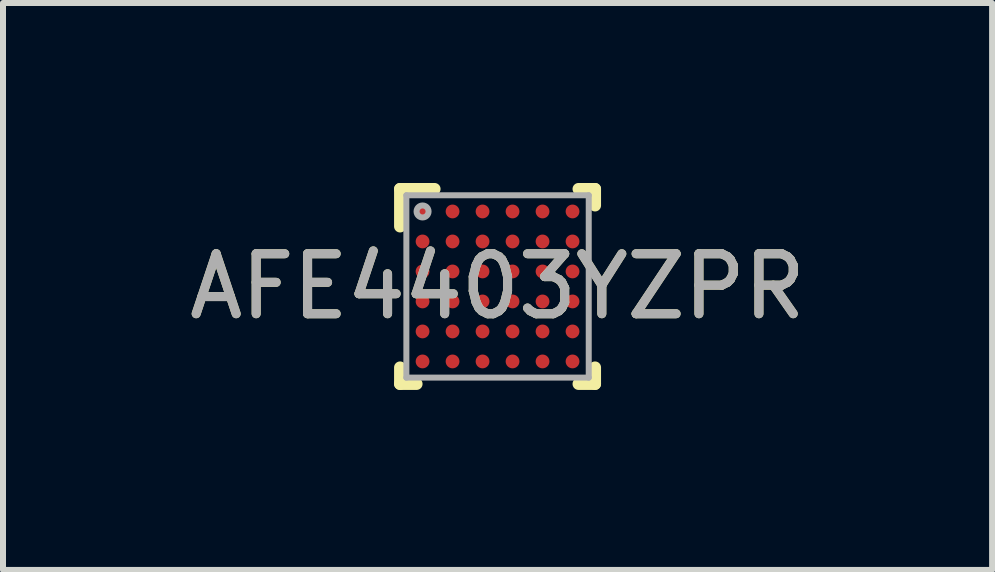
<source format=kicad_pcb>
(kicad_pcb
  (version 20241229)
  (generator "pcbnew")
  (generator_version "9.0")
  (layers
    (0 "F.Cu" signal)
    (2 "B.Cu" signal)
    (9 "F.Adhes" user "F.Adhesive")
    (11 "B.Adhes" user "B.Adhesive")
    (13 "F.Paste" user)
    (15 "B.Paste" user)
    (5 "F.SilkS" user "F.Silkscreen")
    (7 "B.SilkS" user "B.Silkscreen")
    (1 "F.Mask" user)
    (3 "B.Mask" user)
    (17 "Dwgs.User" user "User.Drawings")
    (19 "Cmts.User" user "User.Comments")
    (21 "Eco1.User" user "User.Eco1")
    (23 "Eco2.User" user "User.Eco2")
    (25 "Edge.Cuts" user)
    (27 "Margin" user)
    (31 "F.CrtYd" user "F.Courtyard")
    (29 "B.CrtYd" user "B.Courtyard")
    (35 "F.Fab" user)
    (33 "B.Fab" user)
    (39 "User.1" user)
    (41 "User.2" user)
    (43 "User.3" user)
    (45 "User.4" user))
  (footprint "AFE4403YZPR"
    (layer "F.Cu")
    (at 5.244 1.725)
    (property "Reference" "AFE4403YZPR" (at 0 0 0) (unlocked yes) (layer "F.SilkS") (effects (font (size 1 1) (thickness 0.15))))
    (attr smd)
    (fp_line (start -1.625 -1.625) (end -1.05 -1.625) (stroke (width 0.2) (type solid)) (layer "F.SilkS"))
    (fp_line (start -1.625 -1) (end -1.625 -1.625) (stroke (width 0.2) (type solid)) (layer "F.SilkS"))
    (fp_line (start -1.625 1.625) (end -1.625 1.35) (stroke (width 0.2) (type solid)) (layer "F.SilkS"))
    (fp_line (start -1.625 1.625) (end -1.35 1.625) (stroke (width 0.2) (type solid)) (layer "F.SilkS"))
    (fp_line (start 1.35 -1.625) (end 1.625 -1.625) (stroke (width 0.2) (type solid)) (layer "F.SilkS"))
    (fp_line (start 1.35 1.625) (end 1.625 1.625) (stroke (width 0.2) (type solid)) (layer "F.SilkS"))
    (fp_line (start 1.625 -1.35) (end 1.625 -1.625) (stroke (width 0.2) (type solid)) (layer "F.SilkS"))
    (fp_line (start 1.625 1.625) (end 1.625 1.35) (stroke (width 0.2) (type solid)) (layer "F.SilkS"))
    (fp_circle (center -1.325 -1.325) (end -1.3 -1.325) (stroke (width 0.05) (type solid)) (fill no) (layer "F.Paste"))
    (fp_circle (center -1.325 -1.175) (end -1.3 -1.175) (stroke (width 0.05) (type solid)) (fill no) (layer "F.Paste"))
    (fp_circle (center -1.325 -0.825) (end -1.3 -0.825) (stroke (width 0.05) (type solid)) (fill no) (layer "F.Paste"))
    (fp_circle (center -1.325 -0.675) (end -1.3 -0.675) (stroke (width 0.05) (type solid)) (fill no) (layer "F.Paste"))
    (fp_circle (center -1.325 -0.325) (end -1.3 -0.325) (stroke (width 0.05) (type solid)) (fill no) (layer "F.Paste"))
    (fp_circle (center -1.325 -0.175) (end -1.3 -0.175) (stroke (width 0.05) (type solid)) (fill no) (layer "F.Paste"))
    (fp_circle (center -1.325 0.175) (end -1.3 0.175) (stroke (width 0.05) (type solid)) (fill no) (layer "F.Paste"))
    (fp_circle (center -1.325 0.325) (end -1.3 0.325) (stroke (width 0.05) (type solid)) (fill no) (layer "F.Paste"))
    (fp_circle (center -1.325 0.675) (end -1.3 0.675) (stroke (width 0.05) (type solid)) (fill no) (layer "F.Paste"))
    (fp_circle (center -1.325 0.825) (end -1.3 0.825) (stroke (width 0.05) (type solid)) (fill no) (layer "F.Paste"))
    (fp_circle (center -1.325 1.175) (end -1.3 1.175) (stroke (width 0.05) (type solid)) (fill no) (layer "F.Paste"))
    (fp_circle (center -1.325 1.325) (end -1.3 1.325) (stroke (width 0.05) (type solid)) (fill no) (layer "F.Paste"))
    (fp_circle (center -1.175 -1.325) (end -1.15 -1.325) (stroke (width 0.05) (type solid)) (fill no) (layer "F.Paste"))
    (fp_circle (center -1.175 -1.175) (end -1.15 -1.175) (stroke (width 0.05) (type solid)) (fill no) (layer "F.Paste"))
    (fp_circle (center -1.175 -0.825) (end -1.15 -0.825) (stroke (width 0.05) (type solid)) (fill no) (layer "F.Paste"))
    (fp_circle (center -1.175 -0.675) (end -1.15 -0.675) (stroke (width 0.05) (type solid)) (fill no) (layer "F.Paste"))
    (fp_circle (center -1.175 -0.325) (end -1.15 -0.325) (stroke (width 0.05) (type solid)) (fill no) (layer "F.Paste"))
    (fp_circle (center -1.175 -0.175) (end -1.15 -0.175) (stroke (width 0.05) (type solid)) (fill no) (layer "F.Paste"))
    (fp_circle (center -1.175 0.175) (end -1.15 0.175) (stroke (width 0.05) (type solid)) (fill no) (layer "F.Paste"))
    (fp_circle (center -1.175 0.325) (end -1.15 0.325) (stroke (width 0.05) (type solid)) (fill no) (layer "F.Paste"))
    (fp_circle (center -1.175 0.675) (end -1.15 0.675) (stroke (width 0.05) (type solid)) (fill no) (layer "F.Paste"))
    (fp_circle (center -1.175 0.825) (end -1.15 0.825) (stroke (width 0.05) (type solid)) (fill no) (layer "F.Paste"))
    (fp_circle (center -1.175 1.175) (end -1.15 1.175) (stroke (width 0.05) (type solid)) (fill no) (layer "F.Paste"))
    (fp_circle (center -1.175 1.325) (end -1.15 1.325) (stroke (width 0.05) (type solid)) (fill no) (layer "F.Paste"))
    (fp_circle (center -0.825 -1.325) (end -0.8 -1.325) (stroke (width 0.05) (type solid)) (fill no) (layer "F.Paste"))
    (fp_circle (center -0.825 -1.175) (end -0.8 -1.175) (stroke (width 0.05) (type solid)) (fill no) (layer "F.Paste"))
    (fp_circle (center -0.825 -0.825) (end -0.8 -0.825) (stroke (width 0.05) (type solid)) (fill no) (layer "F.Paste"))
    (fp_circle (center -0.825 -0.675) (end -0.8 -0.675) (stroke (width 0.05) (type solid)) (fill no) (layer "F.Paste"))
    (fp_circle (center -0.825 -0.325) (end -0.8 -0.325) (stroke (width 0.05) (type solid)) (fill no) (layer "F.Paste"))
    (fp_circle (center -0.825 -0.175) (end -0.8 -0.175) (stroke (width 0.05) (type solid)) (fill no) (layer "F.Paste"))
    (fp_circle (center -0.825 0.175) (end -0.8 0.175) (stroke (width 0.05) (type solid)) (fill no) (layer "F.Paste"))
    (fp_circle (center -0.825 0.325) (end -0.8 0.325) (stroke (width 0.05) (type solid)) (fill no) (layer "F.Paste"))
    (fp_circle (center -0.825 0.675) (end -0.8 0.675) (stroke (width 0.05) (type solid)) (fill no) (layer "F.Paste"))
    (fp_circle (center -0.825 0.825) (end -0.8 0.825) (stroke (width 0.05) (type solid)) (fill no) (layer "F.Paste"))
    (fp_circle (center -0.825 1.175) (end -0.8 1.175) (stroke (width 0.05) (type solid)) (fill no) (layer "F.Paste"))
    (fp_circle (center -0.825 1.325) (end -0.8 1.325) (stroke (width 0.05) (type solid)) (fill no) (layer "F.Paste"))
    (fp_circle (center -0.675 -1.325) (end -0.65 -1.325) (stroke (width 0.05) (type solid)) (fill no) (layer "F.Paste"))
    (fp_circle (center -0.675 -1.175) (end -0.65 -1.175) (stroke (width 0.05) (type solid)) (fill no) (layer "F.Paste"))
    (fp_circle (center -0.675 -0.825) (end -0.65 -0.825) (stroke (width 0.05) (type solid)) (fill no) (layer "F.Paste"))
    (fp_circle (center -0.675 -0.675) (end -0.65 -0.675) (stroke (width 0.05) (type solid)) (fill no) (layer "F.Paste"))
    (fp_circle (center -0.675 -0.325) (end -0.65 -0.325) (stroke (width 0.05) (type solid)) (fill no) (layer "F.Paste"))
    (fp_circle (center -0.675 -0.175) (end -0.65 -0.175) (stroke (width 0.05) (type solid)) (fill no) (layer "F.Paste"))
    (fp_circle (center -0.675 0.175) (end -0.65 0.175) (stroke (width 0.05) (type solid)) (fill no) (layer "F.Paste"))
    (fp_circle (center -0.675 0.325) (end -0.65 0.325) (stroke (width 0.05) (type solid)) (fill no) (layer "F.Paste"))
    (fp_circle (center -0.675 0.675) (end -0.65 0.675) (stroke (width 0.05) (type solid)) (fill no) (layer "F.Paste"))
    (fp_circle (center -0.675 0.825) (end -0.65 0.825) (stroke (width 0.05) (type solid)) (fill no) (layer "F.Paste"))
    (fp_circle (center -0.675 1.175) (end -0.65 1.175) (stroke (width 0.05) (type solid)) (fill no) (layer "F.Paste"))
    (fp_circle (center -0.675 1.325) (end -0.65 1.325) (stroke (width 0.05) (type solid)) (fill no) (layer "F.Paste"))
    (fp_circle (center -0.325 -1.325) (end -0.3 -1.325) (stroke (width 0.05) (type solid)) (fill no) (layer "F.Paste"))
    (fp_circle (center -0.325 -1.175) (end -0.3 -1.175) (stroke (width 0.05) (type solid)) (fill no) (layer "F.Paste"))
    (fp_circle (center -0.325 -0.825) (end -0.3 -0.825) (stroke (width 0.05) (type solid)) (fill no) (layer "F.Paste"))
    (fp_circle (center -0.325 -0.675) (end -0.3 -0.675) (stroke (width 0.05) (type solid)) (fill no) (layer "F.Paste"))
    (fp_circle (center -0.325 -0.325) (end -0.3 -0.325) (stroke (width 0.05) (type solid)) (fill no) (layer "F.Paste"))
    (fp_circle (center -0.325 -0.175) (end -0.3 -0.175) (stroke (width 0.05) (type solid)) (fill no) (layer "F.Paste"))
    (fp_circle (center -0.325 0.175) (end -0.3 0.175) (stroke (width 0.05) (type solid)) (fill no) (layer "F.Paste"))
    (fp_circle (center -0.325 0.325) (end -0.3 0.325) (stroke (width 0.05) (type solid)) (fill no) (layer "F.Paste"))
    (fp_circle (center -0.325 0.675) (end -0.3 0.675) (stroke (width 0.05) (type solid)) (fill no) (layer "F.Paste"))
    (fp_circle (center -0.325 0.825) (end -0.3 0.825) (stroke (width 0.05) (type solid)) (fill no) (layer "F.Paste"))
    (fp_circle (center -0.325 1.175) (end -0.3 1.175) (stroke (width 0.05) (type solid)) (fill no) (layer "F.Paste"))
    (fp_circle (center -0.325 1.325) (end -0.3 1.325) (stroke (width 0.05) (type solid)) (fill no) (layer "F.Paste"))
    (fp_circle (center -0.175 -1.325) (end -0.15 -1.325) (stroke (width 0.05) (type solid)) (fill no) (layer "F.Paste"))
    (fp_circle (center -0.175 -1.175) (end -0.15 -1.175) (stroke (width 0.05) (type solid)) (fill no) (layer "F.Paste"))
    (fp_circle (center -0.175 -0.825) (end -0.15 -0.825) (stroke (width 0.05) (type solid)) (fill no) (layer "F.Paste"))
    (fp_circle (center -0.175 -0.675) (end -0.15 -0.675) (stroke (width 0.05) (type solid)) (fill no) (layer "F.Paste"))
    (fp_circle (center -0.175 -0.325) (end -0.15 -0.325) (stroke (width 0.05) (type solid)) (fill no) (layer "F.Paste"))
    (fp_circle (center -0.175 -0.175) (end -0.15 -0.175) (stroke (width 0.05) (type solid)) (fill no) (layer "F.Paste"))
    (fp_circle (center -0.175 0.175) (end -0.15 0.175) (stroke (width 0.05) (type solid)) (fill no) (layer "F.Paste"))
    (fp_circle (center -0.175 0.325) (end -0.15 0.325) (stroke (width 0.05) (type solid)) (fill no) (layer "F.Paste"))
    (fp_circle (center -0.175 0.675) (end -0.15 0.675) (stroke (width 0.05) (type solid)) (fill no) (layer "F.Paste"))
    (fp_circle (center -0.175 0.825) (end -0.15 0.825) (stroke (width 0.05) (type solid)) (fill no) (layer "F.Paste"))
    (fp_circle (center -0.175 1.175) (end -0.15 1.175) (stroke (width 0.05) (type solid)) (fill no) (layer "F.Paste"))
    (fp_circle (center -0.175 1.325) (end -0.15 1.325) (stroke (width 0.05) (type solid)) (fill no) (layer "F.Paste"))
    (fp_circle (center 0.175 -1.325) (end 0.2 -1.325) (stroke (width 0.05) (type solid)) (fill no) (layer "F.Paste"))
    (fp_circle (center 0.175 -1.175) (end 0.2 -1.175) (stroke (width 0.05) (type solid)) (fill no) (layer "F.Paste"))
    (fp_circle (center 0.175 -0.825) (end 0.2 -0.825) (stroke (width 0.05) (type solid)) (fill no) (layer "F.Paste"))
    (fp_circle (center 0.175 -0.675) (end 0.2 -0.675) (stroke (width 0.05) (type solid)) (fill no) (layer "F.Paste"))
    (fp_circle (center 0.175 -0.325) (end 0.2 -0.325) (stroke (width 0.05) (type solid)) (fill no) (layer "F.Paste"))
    (fp_circle (center 0.175 -0.175) (end 0.2 -0.175) (stroke (width 0.05) (type solid)) (fill no) (layer "F.Paste"))
    (fp_circle (center 0.175 0.175) (end 0.2 0.175) (stroke (width 0.05) (type solid)) (fill no) (layer "F.Paste"))
    (fp_circle (center 0.175 0.325) (end 0.2 0.325) (stroke (width 0.05) (type solid)) (fill no) (layer "F.Paste"))
    (fp_circle (center 0.175 0.675) (end 0.2 0.675) (stroke (width 0.05) (type solid)) (fill no) (layer "F.Paste"))
    (fp_circle (center 0.175 0.825) (end 0.2 0.825) (stroke (width 0.05) (type solid)) (fill no) (layer "F.Paste"))
    (fp_circle (center 0.175 1.175) (end 0.2 1.175) (stroke (width 0.05) (type solid)) (fill no) (layer "F.Paste"))
    (fp_circle (center 0.175 1.325) (end 0.2 1.325) (stroke (width 0.05) (type solid)) (fill no) (layer "F.Paste"))
    (fp_circle (center 0.325 -1.325) (end 0.35 -1.325) (stroke (width 0.05) (type solid)) (fill no) (layer "F.Paste"))
    (fp_circle (center 0.325 -1.175) (end 0.35 -1.175) (stroke (width 0.05) (type solid)) (fill no) (layer "F.Paste"))
    (fp_circle (center 0.325 -0.825) (end 0.35 -0.825) (stroke (width 0.05) (type solid)) (fill no) (layer "F.Paste"))
    (fp_circle (center 0.325 -0.675) (end 0.35 -0.675) (stroke (width 0.05) (type solid)) (fill no) (layer "F.Paste"))
    (fp_circle (center 0.325 -0.325) (end 0.35 -0.325) (stroke (width 0.05) (type solid)) (fill no) (layer "F.Paste"))
    (fp_circle (center 0.325 -0.175) (end 0.35 -0.175) (stroke (width 0.05) (type solid)) (fill no) (layer "F.Paste"))
    (fp_circle (center 0.325 0.175) (end 0.35 0.175) (stroke (width 0.05) (type solid)) (fill no) (layer "F.Paste"))
    (fp_circle (center 0.325 0.325) (end 0.35 0.325) (stroke (width 0.05) (type solid)) (fill no) (layer "F.Paste"))
    (fp_circle (center 0.325 0.675) (end 0.35 0.675) (stroke (width 0.05) (type solid)) (fill no) (layer "F.Paste"))
    (fp_circle (center 0.325 0.825) (end 0.35 0.825) (stroke (width 0.05) (type solid)) (fill no) (layer "F.Paste"))
    (fp_circle (center 0.325 1.175) (end 0.35 1.175) (stroke (width 0.05) (type solid)) (fill no) (layer "F.Paste"))
    (fp_circle (center 0.325 1.325) (end 0.35 1.325) (stroke (width 0.05) (type solid)) (fill no) (layer "F.Paste"))
    (fp_circle (center 0.675 -1.325) (end 0.7 -1.325) (stroke (width 0.05) (type solid)) (fill no) (layer "F.Paste"))
    (fp_circle (center 0.675 -1.175) (end 0.7 -1.175) (stroke (width 0.05) (type solid)) (fill no) (layer "F.Paste"))
    (fp_circle (center 0.675 -0.825) (end 0.7 -0.825) (stroke (width 0.05) (type solid)) (fill no) (layer "F.Paste"))
    (fp_circle (center 0.675 -0.675) (end 0.7 -0.675) (stroke (width 0.05) (type solid)) (fill no) (layer "F.Paste"))
    (fp_circle (center 0.675 -0.325) (end 0.7 -0.325) (stroke (width 0.05) (type solid)) (fill no) (layer "F.Paste"))
    (fp_circle (center 0.675 -0.175) (end 0.7 -0.175) (stroke (width 0.05) (type solid)) (fill no) (layer "F.Paste"))
    (fp_circle (center 0.675 0.175) (end 0.7 0.175) (stroke (width 0.05) (type solid)) (fill no) (layer "F.Paste"))
    (fp_circle (center 0.675 0.325) (end 0.7 0.325) (stroke (width 0.05) (type solid)) (fill no) (layer "F.Paste"))
    (fp_circle (center 0.675 0.675) (end 0.7 0.675) (stroke (width 0.05) (type solid)) (fill no) (layer "F.Paste"))
    (fp_circle (center 0.675 0.825) (end 0.7 0.825) (stroke (width 0.05) (type solid)) (fill no) (layer "F.Paste"))
    (fp_circle (center 0.675 1.175) (end 0.7 1.175) (stroke (width 0.05) (type solid)) (fill no) (layer "F.Paste"))
    (fp_circle (center 0.675 1.325) (end 0.7 1.325) (stroke (width 0.05) (type solid)) (fill no) (layer "F.Paste"))
    (fp_circle (center 0.825 -1.325) (end 0.85 -1.325) (stroke (width 0.05) (type solid)) (fill no) (layer "F.Paste"))
    (fp_circle (center 0.825 -1.175) (end 0.85 -1.175) (stroke (width 0.05) (type solid)) (fill no) (layer "F.Paste"))
    (fp_circle (center 0.825 -0.825) (end 0.85 -0.825) (stroke (width 0.05) (type solid)) (fill no) (layer "F.Paste"))
    (fp_circle (center 0.825 -0.675) (end 0.85 -0.675) (stroke (width 0.05) (type solid)) (fill no) (layer "F.Paste"))
    (fp_circle (center 0.825 -0.325) (end 0.85 -0.325) (stroke (width 0.05) (type solid)) (fill no) (layer "F.Paste"))
    (fp_circle (center 0.825 -0.175) (end 0.85 -0.175) (stroke (width 0.05) (type solid)) (fill no) (layer "F.Paste"))
    (fp_circle (center 0.825 0.175) (end 0.85 0.175) (stroke (width 0.05) (type solid)) (fill no) (layer "F.Paste"))
    (fp_circle (center 0.825 0.325) (end 0.85 0.325) (stroke (width 0.05) (type solid)) (fill no) (layer "F.Paste"))
    (fp_circle (center 0.825 0.675) (end 0.85 0.675) (stroke (width 0.05) (type solid)) (fill no) (layer "F.Paste"))
    (fp_circle (center 0.825 0.825) (end 0.85 0.825) (stroke (width 0.05) (type solid)) (fill no) (layer "F.Paste"))
    (fp_circle (center 0.825 1.175) (end 0.85 1.175) (stroke (width 0.05) (type solid)) (fill no) (layer "F.Paste"))
    (fp_circle (center 0.825 1.325) (end 0.85 1.325) (stroke (width 0.05) (type solid)) (fill no) (layer "F.Paste"))
    (fp_circle (center 1.175 -1.325) (end 1.2 -1.325) (stroke (width 0.05) (type solid)) (fill no) (layer "F.Paste"))
    (fp_circle (center 1.175 -1.175) (end 1.2 -1.175) (stroke (width 0.05) (type solid)) (fill no) (layer "F.Paste"))
    (fp_circle (center 1.175 -0.825) (end 1.2 -0.825) (stroke (width 0.05) (type solid)) (fill no) (layer "F.Paste"))
    (fp_circle (center 1.175 -0.675) (end 1.2 -0.675) (stroke (width 0.05) (type solid)) (fill no) (layer "F.Paste"))
    (fp_circle (center 1.175 -0.325) (end 1.2 -0.325) (stroke (width 0.05) (type solid)) (fill no) (layer "F.Paste"))
    (fp_circle (center 1.175 -0.175) (end 1.2 -0.175) (stroke (width 0.05) (type solid)) (fill no) (layer "F.Paste"))
    (fp_circle (center 1.175 0.175) (end 1.2 0.175) (stroke (width 0.05) (type solid)) (fill no) (layer "F.Paste"))
    (fp_circle (center 1.175 0.325) (end 1.2 0.325) (stroke (width 0.05) (type solid)) (fill no) (layer "F.Paste"))
    (fp_circle (center 1.175 0.675) (end 1.2 0.675) (stroke (width 0.05) (type solid)) (fill no) (layer "F.Paste"))
    (fp_circle (center 1.175 0.825) (end 1.2 0.825) (stroke (width 0.05) (type solid)) (fill no) (layer "F.Paste"))
    (fp_circle (center 1.175 1.175) (end 1.2 1.175) (stroke (width 0.05) (type solid)) (fill no) (layer "F.Paste"))
    (fp_circle (center 1.175 1.325) (end 1.2 1.325) (stroke (width 0.05) (type solid)) (fill no) (layer "F.Paste"))
    (fp_circle (center 1.325 -1.325) (end 1.35 -1.325) (stroke (width 0.05) (type solid)) (fill no) (layer "F.Paste"))
    (fp_circle (center 1.325 -1.175) (end 1.35 -1.175) (stroke (width 0.05) (type solid)) (fill no) (layer "F.Paste"))
    (fp_circle (center 1.325 -0.825) (end 1.35 -0.825) (stroke (width 0.05) (type solid)) (fill no) (layer "F.Paste"))
    (fp_circle (center 1.325 -0.675) (end 1.35 -0.675) (stroke (width 0.05) (type solid)) (fill no) (layer "F.Paste"))
    (fp_circle (center 1.325 -0.325) (end 1.35 -0.325) (stroke (width 0.05) (type solid)) (fill no) (layer "F.Paste"))
    (fp_circle (center 1.325 -0.175) (end 1.35 -0.175) (stroke (width 0.05) (type solid)) (fill no) (layer "F.Paste"))
    (fp_circle (center 1.325 0.175) (end 1.35 0.175) (stroke (width 0.05) (type solid)) (fill no) (layer "F.Paste"))
    (fp_circle (center 1.325 0.325) (end 1.35 0.325) (stroke (width 0.05) (type solid)) (fill no) (layer "F.Paste"))
    (fp_circle (center 1.325 0.675) (end 1.35 0.675) (stroke (width 0.05) (type solid)) (fill no) (layer "F.Paste"))
    (fp_circle (center 1.325 0.825) (end 1.35 0.825) (stroke (width 0.05) (type solid)) (fill no) (layer "F.Paste"))
    (fp_circle (center 1.325 1.175) (end 1.35 1.175) (stroke (width 0.05) (type solid)) (fill no) (layer "F.Paste"))
    (fp_circle (center 1.325 1.325) (end 1.35 1.325) (stroke (width 0.05) (type solid)) (fill no) (layer "F.Paste"))
    (fp_poly (pts (xy -1.375 -1.175) (xy -1.125 -1.175) (xy -1.125 -1.325) (xy -1.375 -1.325)) (stroke (width 0) (type solid)) (fill yes) (layer "F.Paste"))
    (fp_poly (pts (xy -1.375 -0.675) (xy -1.125 -0.675) (xy -1.125 -0.825) (xy -1.375 -0.825)) (stroke (width 0) (type solid)) (fill yes) (layer "F.Paste"))
    (fp_poly (pts (xy -1.375 -0.175) (xy -1.125 -0.175) (xy -1.125 -0.325) (xy -1.375 -0.325)) (stroke (width 0) (type solid)) (fill yes) (layer "F.Paste"))
    (fp_poly (pts (xy -1.375 0.325) (xy -1.125 0.325) (xy -1.125 0.175) (xy -1.375 0.175)) (stroke (width 0) (type solid)) (fill yes) (layer "F.Paste"))
    (fp_poly (pts (xy -1.375 0.825) (xy -1.125 0.825) (xy -1.125 0.675) (xy -1.375 0.675)) (stroke (width 0) (type solid)) (fill yes) (layer "F.Paste"))
    (fp_poly (pts (xy -1.375 1.325) (xy -1.125 1.325) (xy -1.125 1.175) (xy -1.375 1.175)) (stroke (width 0) (type solid)) (fill yes) (layer "F.Paste"))
    (fp_poly (pts (xy -1.175 -1.125) (xy -1.175 -1.375) (xy -1.325 -1.375) (xy -1.325 -1.125)) (stroke (width 0) (type solid)) (fill yes) (layer "F.Paste"))
    (fp_poly (pts (xy -1.175 -0.625) (xy -1.175 -0.875) (xy -1.325 -0.875) (xy -1.325 -0.625)) (stroke (width 0) (type solid)) (fill yes) (layer "F.Paste"))
    (fp_poly (pts (xy -1.175 -0.125) (xy -1.175 -0.375) (xy -1.325 -0.375) (xy -1.325 -0.125)) (stroke (width 0) (type solid)) (fill yes) (layer "F.Paste"))
    (fp_poly (pts (xy -1.175 0.375) (xy -1.175 0.125) (xy -1.325 0.125) (xy -1.325 0.375)) (stroke (width 0) (type solid)) (fill yes) (layer "F.Paste"))
    (fp_poly (pts (xy -1.175 0.875) (xy -1.175 0.625) (xy -1.325 0.625) (xy -1.325 0.875)) (stroke (width 0) (type solid)) (fill yes) (layer "F.Paste"))
    (fp_poly (pts (xy -1.175 1.375) (xy -1.175 1.125) (xy -1.325 1.125) (xy -1.325 1.375)) (stroke (width 0) (type solid)) (fill yes) (layer "F.Paste"))
    (fp_poly (pts (xy -0.875 -1.175) (xy -0.625 -1.175) (xy -0.625 -1.325) (xy -0.875 -1.325)) (stroke (width 0) (type solid)) (fill yes) (layer "F.Paste"))
    (fp_poly (pts (xy -0.875 -0.675) (xy -0.625 -0.675) (xy -0.625 -0.825) (xy -0.875 -0.825)) (stroke (width 0) (type solid)) (fill yes) (layer "F.Paste"))
    (fp_poly (pts (xy -0.875 -0.175) (xy -0.625 -0.175) (xy -0.625 -0.325) (xy -0.875 -0.325)) (stroke (width 0) (type solid)) (fill yes) (layer "F.Paste"))
    (fp_poly (pts (xy -0.875 0.325) (xy -0.625 0.325) (xy -0.625 0.175) (xy -0.875 0.175)) (stroke (width 0) (type solid)) (fill yes) (layer "F.Paste"))
    (fp_poly (pts (xy -0.875 0.825) (xy -0.625 0.825) (xy -0.625 0.675) (xy -0.875 0.675)) (stroke (width 0) (type solid)) (fill yes) (layer "F.Paste"))
    (fp_poly (pts (xy -0.875 1.325) (xy -0.625 1.325) (xy -0.625 1.175) (xy -0.875 1.175)) (stroke (width 0) (type solid)) (fill yes) (layer "F.Paste"))
    (fp_poly (pts (xy -0.675 -1.125) (xy -0.675 -1.375) (xy -0.825 -1.375) (xy -0.825 -1.125)) (stroke (width 0) (type solid)) (fill yes) (layer "F.Paste"))
    (fp_poly (pts (xy -0.675 -0.625) (xy -0.675 -0.875) (xy -0.825 -0.875) (xy -0.825 -0.625)) (stroke (width 0) (type solid)) (fill yes) (layer "F.Paste"))
    (fp_poly (pts (xy -0.675 -0.125) (xy -0.675 -0.375) (xy -0.825 -0.375) (xy -0.825 -0.125)) (stroke (width 0) (type solid)) (fill yes) (layer "F.Paste"))
    (fp_poly (pts (xy -0.675 0.375) (xy -0.675 0.125) (xy -0.825 0.125) (xy -0.825 0.375)) (stroke (width 0) (type solid)) (fill yes) (layer "F.Paste"))
    (fp_poly (pts (xy -0.675 0.875) (xy -0.675 0.625) (xy -0.825 0.625) (xy -0.825 0.875)) (stroke (width 0) (type solid)) (fill yes) (layer "F.Paste"))
    (fp_poly (pts (xy -0.675 1.375) (xy -0.675 1.125) (xy -0.825 1.125) (xy -0.825 1.375)) (stroke (width 0) (type solid)) (fill yes) (layer "F.Paste"))
    (fp_poly (pts (xy -0.375 -1.175) (xy -0.125 -1.175) (xy -0.125 -1.325) (xy -0.375 -1.325)) (stroke (width 0) (type solid)) (fill yes) (layer "F.Paste"))
    (fp_poly (pts (xy -0.375 -0.675) (xy -0.125 -0.675) (xy -0.125 -0.825) (xy -0.375 -0.825)) (stroke (width 0) (type solid)) (fill yes) (layer "F.Paste"))
    (fp_poly (pts (xy -0.375 -0.175) (xy -0.125 -0.175) (xy -0.125 -0.325) (xy -0.375 -0.325)) (stroke (width 0) (type solid)) (fill yes) (layer "F.Paste"))
    (fp_poly (pts (xy -0.375 0.325) (xy -0.125 0.325) (xy -0.125 0.175) (xy -0.375 0.175)) (stroke (width 0) (type solid)) (fill yes) (layer "F.Paste"))
    (fp_poly (pts (xy -0.375 0.825) (xy -0.125 0.825) (xy -0.125 0.675) (xy -0.375 0.675)) (stroke (width 0) (type solid)) (fill yes) (layer "F.Paste"))
    (fp_poly (pts (xy -0.375 1.325) (xy -0.125 1.325) (xy -0.125 1.175) (xy -0.375 1.175)) (stroke (width 0) (type solid)) (fill yes) (layer "F.Paste"))
    (fp_poly (pts (xy -0.175 -1.125) (xy -0.175 -1.375) (xy -0.325 -1.375) (xy -0.325 -1.125)) (stroke (width 0) (type solid)) (fill yes) (layer "F.Paste"))
    (fp_poly (pts (xy -0.175 -0.625) (xy -0.175 -0.875) (xy -0.325 -0.875) (xy -0.325 -0.625)) (stroke (width 0) (type solid)) (fill yes) (layer "F.Paste"))
    (fp_poly (pts (xy -0.175 -0.125) (xy -0.175 -0.375) (xy -0.325 -0.375) (xy -0.325 -0.125)) (stroke (width 0) (type solid)) (fill yes) (layer "F.Paste"))
    (fp_poly (pts (xy -0.175 0.375) (xy -0.175 0.125) (xy -0.325 0.125) (xy -0.325 0.375)) (stroke (width 0) (type solid)) (fill yes) (layer "F.Paste"))
    (fp_poly (pts (xy -0.175 0.875) (xy -0.175 0.625) (xy -0.325 0.625) (xy -0.325 0.875)) (stroke (width 0) (type solid)) (fill yes) (layer "F.Paste"))
    (fp_poly (pts (xy -0.175 1.375) (xy -0.175 1.125) (xy -0.325 1.125) (xy -0.325 1.375)) (stroke (width 0) (type solid)) (fill yes) (layer "F.Paste"))
    (fp_poly (pts (xy 0.125 -1.175) (xy 0.375 -1.175) (xy 0.375 -1.325) (xy 0.125 -1.325)) (stroke (width 0) (type solid)) (fill yes) (layer "F.Paste"))
    (fp_poly (pts (xy 0.125 -0.675) (xy 0.375 -0.675) (xy 0.375 -0.825) (xy 0.125 -0.825)) (stroke (width 0) (type solid)) (fill yes) (layer "F.Paste"))
    (fp_poly (pts (xy 0.125 -0.175) (xy 0.375 -0.175) (xy 0.375 -0.325) (xy 0.125 -0.325)) (stroke (width 0) (type solid)) (fill yes) (layer "F.Paste"))
    (fp_poly (pts (xy 0.125 0.325) (xy 0.375 0.325) (xy 0.375 0.175) (xy 0.125 0.175)) (stroke (width 0) (type solid)) (fill yes) (layer "F.Paste"))
    (fp_poly (pts (xy 0.125 0.825) (xy 0.375 0.825) (xy 0.375 0.675) (xy 0.125 0.675)) (stroke (width 0) (type solid)) (fill yes) (layer "F.Paste"))
    (fp_poly (pts (xy 0.125 1.325) (xy 0.375 1.325) (xy 0.375 1.175) (xy 0.125 1.175)) (stroke (width 0) (type solid)) (fill yes) (layer "F.Paste"))
    (fp_poly (pts (xy 0.325 -1.125) (xy 0.325 -1.375) (xy 0.175 -1.375) (xy 0.175 -1.125)) (stroke (width 0) (type solid)) (fill yes) (layer "F.Paste"))
    (fp_poly (pts (xy 0.325 -0.625) (xy 0.325 -0.875) (xy 0.175 -0.875) (xy 0.175 -0.625)) (stroke (width 0) (type solid)) (fill yes) (layer "F.Paste"))
    (fp_poly (pts (xy 0.325 -0.125) (xy 0.325 -0.375) (xy 0.175 -0.375) (xy 0.175 -0.125)) (stroke (width 0) (type solid)) (fill yes) (layer "F.Paste"))
    (fp_poly (pts (xy 0.325 0.375) (xy 0.325 0.125) (xy 0.175 0.125) (xy 0.175 0.375)) (stroke (width 0) (type solid)) (fill yes) (layer "F.Paste"))
    (fp_poly (pts (xy 0.325 0.875) (xy 0.325 0.625) (xy 0.175 0.625) (xy 0.175 0.875)) (stroke (width 0) (type solid)) (fill yes) (layer "F.Paste"))
    (fp_poly (pts (xy 0.325 1.375) (xy 0.325 1.125) (xy 0.175 1.125) (xy 0.175 1.375)) (stroke (width 0) (type solid)) (fill yes) (layer "F.Paste"))
    (fp_poly (pts (xy 0.625 -1.175) (xy 0.875 -1.175) (xy 0.875 -1.325) (xy 0.625 -1.325)) (stroke (width 0) (type solid)) (fill yes) (layer "F.Paste"))
    (fp_poly (pts (xy 0.625 -0.675) (xy 0.875 -0.675) (xy 0.875 -0.825) (xy 0.625 -0.825)) (stroke (width 0) (type solid)) (fill yes) (layer "F.Paste"))
    (fp_poly (pts (xy 0.625 -0.175) (xy 0.875 -0.175) (xy 0.875 -0.325) (xy 0.625 -0.325)) (stroke (width 0) (type solid)) (fill yes) (layer "F.Paste"))
    (fp_poly (pts (xy 0.625 0.325) (xy 0.875 0.325) (xy 0.875 0.175) (xy 0.625 0.175)) (stroke (width 0) (type solid)) (fill yes) (layer "F.Paste"))
    (fp_poly (pts (xy 0.625 0.825) (xy 0.875 0.825) (xy 0.875 0.675) (xy 0.625 0.675)) (stroke (width 0) (type solid)) (fill yes) (layer "F.Paste"))
    (fp_poly (pts (xy 0.625 1.325) (xy 0.875 1.325) (xy 0.875 1.175) (xy 0.625 1.175)) (stroke (width 0) (type solid)) (fill yes) (layer "F.Paste"))
    (fp_poly (pts (xy 0.825 -1.125) (xy 0.825 -1.375) (xy 0.675 -1.375) (xy 0.675 -1.125)) (stroke (width 0) (type solid)) (fill yes) (layer "F.Paste"))
    (fp_poly (pts (xy 0.825 -0.625) (xy 0.825 -0.875) (xy 0.675 -0.875) (xy 0.675 -0.625)) (stroke (width 0) (type solid)) (fill yes) (layer "F.Paste"))
    (fp_poly (pts (xy 0.825 -0.125) (xy 0.825 -0.375) (xy 0.675 -0.375) (xy 0.675 -0.125)) (stroke (width 0) (type solid)) (fill yes) (layer "F.Paste"))
    (fp_poly (pts (xy 0.825 0.375) (xy 0.825 0.125) (xy 0.675 0.125) (xy 0.675 0.375)) (stroke (width 0) (type solid)) (fill yes) (layer "F.Paste"))
    (fp_poly (pts (xy 0.825 0.875) (xy 0.825 0.625) (xy 0.675 0.625) (xy 0.675 0.875)) (stroke (width 0) (type solid)) (fill yes) (layer "F.Paste"))
    (fp_poly (pts (xy 0.825 1.375) (xy 0.825 1.125) (xy 0.675 1.125) (xy 0.675 1.375)) (stroke (width 0) (type solid)) (fill yes) (layer "F.Paste"))
    (fp_poly (pts (xy 1.125 -1.175) (xy 1.375 -1.175) (xy 1.375 -1.325) (xy 1.125 -1.325)) (stroke (width 0) (type solid)) (fill yes) (layer "F.Paste"))
    (fp_poly (pts (xy 1.125 -0.675) (xy 1.375 -0.675) (xy 1.375 -0.825) (xy 1.125 -0.825)) (stroke (width 0) (type solid)) (fill yes) (layer "F.Paste"))
    (fp_poly (pts (xy 1.125 -0.175) (xy 1.375 -0.175) (xy 1.375 -0.325) (xy 1.125 -0.325)) (stroke (width 0) (type solid)) (fill yes) (layer "F.Paste"))
    (fp_poly (pts (xy 1.125 0.325) (xy 1.375 0.325) (xy 1.375 0.175) (xy 1.125 0.175)) (stroke (width 0) (type solid)) (fill yes) (layer "F.Paste"))
    (fp_poly (pts (xy 1.125 0.825) (xy 1.375 0.825) (xy 1.375 0.675) (xy 1.125 0.675)) (stroke (width 0) (type solid)) (fill yes) (layer "F.Paste"))
    (fp_poly (pts (xy 1.125 1.325) (xy 1.375 1.325) (xy 1.375 1.175) (xy 1.125 1.175)) (stroke (width 0) (type solid)) (fill yes) (layer "F.Paste"))
    (fp_poly (pts (xy 1.325 -1.125) (xy 1.325 -1.375) (xy 1.175 -1.375) (xy 1.175 -1.125)) (stroke (width 0) (type solid)) (fill yes) (layer "F.Paste"))
    (fp_poly (pts (xy 1.325 -0.625) (xy 1.325 -0.875) (xy 1.175 -0.875) (xy 1.175 -0.625)) (stroke (width 0) (type solid)) (fill yes) (layer "F.Paste"))
    (fp_poly (pts (xy 1.325 -0.125) (xy 1.325 -0.375) (xy 1.175 -0.375) (xy 1.175 -0.125)) (stroke (width 0) (type solid)) (fill yes) (layer "F.Paste"))
    (fp_poly (pts (xy 1.325 0.375) (xy 1.325 0.125) (xy 1.175 0.125) (xy 1.175 0.375)) (stroke (width 0) (type solid)) (fill yes) (layer "F.Paste"))
    (fp_poly (pts (xy 1.325 0.875) (xy 1.325 0.625) (xy 1.175 0.625) (xy 1.175 0.875)) (stroke (width 0) (type solid)) (fill yes) (layer "F.Paste"))
    (fp_poly (pts (xy 1.325 1.375) (xy 1.325 1.125) (xy 1.175 1.125) (xy 1.175 1.375)) (stroke (width 0) (type solid)) (fill yes) (layer "F.Paste"))
    (fp_line (start -1.52 -1.52) (end 1.52 -1.52) (stroke (width 0.1) (type solid)) (layer "F.Fab"))
    (fp_line (start -1.52 1.52) (end -1.52 -1.52) (stroke (width 0.1) (type solid)) (layer "F.Fab"))
    (fp_line (start -1.52 1.52) (end 1.52 1.52) (stroke (width 0.1) (type solid)) (layer "F.Fab"))
    (fp_line (start 1.52 1.52) (end 1.52 -1.52) (stroke (width 0.1) (type solid)) (layer "F.Fab"))
    (fp_circle (center -1.25 -1.25) (end -1.15 -1.25) (stroke (width 0.1) (type solid)) (fill no) (layer "F.Fab"))
    (fp_text user "${REFERENCE}" (at 0 0 0) (unlocked yes) (layer "F.Fab") (effects (font (size 1 1) (thickness 0.15))))
    (pad "A1" smd circle (at -1.25 -1.25) (size 0.23 0.23) (layers "F.Cu" "F.Mask"))
    (pad "A2" smd circle (at -0.75 -1.25) (size 0.23 0.23) (layers "F.Cu" "F.Mask"))
    (pad "A3" smd circle (at -0.25 -1.25) (size 0.23 0.23) (layers "F.Cu" "F.Mask"))
    (pad "A4" smd circle (at 0.25 -1.25) (size 0.23 0.23) (layers "F.Cu" "F.Mask"))
    (pad "A5" smd circle (at 0.75 -1.25) (size 0.23 0.23) (layers "F.Cu" "F.Mask"))
    (pad "A6" smd circle (at 1.25 -1.25) (size 0.23 0.23) (layers "F.Cu" "F.Mask"))
    (pad "B1" smd circle (at -1.25 -0.75) (size 0.23 0.23) (layers "F.Cu" "F.Mask"))
    (pad "B2" smd circle (at -0.75 -0.75) (size 0.23 0.23) (layers "F.Cu" "F.Mask"))
    (pad "B3" smd circle (at -0.25 -0.75) (size 0.23 0.23) (layers "F.Cu" "F.Mask"))
    (pad "B4" smd circle (at 0.25 -0.75) (size 0.23 0.23) (layers "F.Cu" "F.Mask"))
    (pad "B5" smd circle (at 0.75 -0.75) (size 0.23 0.23) (layers "F.Cu" "F.Mask"))
    (pad "B6" smd circle (at 1.25 -0.75) (size 0.23 0.23) (layers "F.Cu" "F.Mask"))
    (pad "C1" smd circle (at -1.25 -0.25) (size 0.23 0.23) (layers "F.Cu" "F.Mask"))
    (pad "C2" smd circle (at -0.75 -0.25) (size 0.23 0.23) (layers "F.Cu" "F.Mask"))
    (pad "C3" smd circle (at -0.25 -0.25) (size 0.23 0.23) (layers "F.Cu" "F.Mask"))
    (pad "C4" smd circle (at 0.25 -0.25) (size 0.23 0.23) (layers "F.Cu" "F.Mask"))
    (pad "C5" smd circle (at 0.75 -0.25) (size 0.23 0.23) (layers "F.Cu" "F.Mask"))
    (pad "C6" smd circle (at 1.25 -0.25) (size 0.23 0.23) (layers "F.Cu" "F.Mask"))
    (pad "D1" smd circle (at -1.25 0.25) (size 0.23 0.23) (layers "F.Cu" "F.Mask"))
    (pad "D2" smd circle (at -0.75 0.25) (size 0.23 0.23) (layers "F.Cu" "F.Mask"))
    (pad "D3" smd circle (at -0.25 0.25) (size 0.23 0.23) (layers "F.Cu" "F.Mask"))
    (pad "D4" smd circle (at 0.25 0.25) (size 0.23 0.23) (layers "F.Cu" "F.Mask"))
    (pad "D5" smd circle (at 0.75 0.25) (size 0.23 0.23) (layers "F.Cu" "F.Mask"))
    (pad "D6" smd circle (at 1.25 0.25) (size 0.23 0.23) (layers "F.Cu" "F.Mask"))
    (pad "E1" smd circle (at -1.25 0.75) (size 0.23 0.23) (layers "F.Cu" "F.Mask"))
    (pad "E2" smd circle (at -0.75 0.75) (size 0.23 0.23) (layers "F.Cu" "F.Mask"))
    (pad "E3" smd circle (at -0.25 0.75) (size 0.23 0.23) (layers "F.Cu" "F.Mask"))
    (pad "E4" smd circle (at 0.25 0.75) (size 0.23 0.23) (layers "F.Cu" "F.Mask"))
    (pad "E5" smd circle (at 0.75 0.75) (size 0.23 0.23) (layers "F.Cu" "F.Mask"))
    (pad "E6" smd circle (at 1.25 0.75) (size 0.23 0.23) (layers "F.Cu" "F.Mask"))
    (pad "F1" smd circle (at -1.25 1.25) (size 0.23 0.23) (layers "F.Cu" "F.Mask"))
    (pad "F2" smd circle (at -0.75 1.25) (size 0.23 0.23) (layers "F.Cu" "F.Mask"))
    (pad "F3" smd circle (at -0.25 1.25) (size 0.23 0.23) (layers "F.Cu" "F.Mask"))
    (pad "F4" smd circle (at 0.25 1.25) (size 0.23 0.23) (layers "F.Cu" "F.Mask"))
    (pad "F5" smd circle (at 0.75 1.25) (size 0.23 0.23) (layers "F.Cu" "F.Mask"))
    (pad "F6" smd circle (at 1.25 1.25) (size 0.23 0.23) (layers "F.Cu" "F.Mask")))
  (gr_rect
    (start -3 -3)
    (end 13.488 6.45)
    (stroke (width 0.1) (type default))
    (fill no)
    (layer "Edge.Cuts")))
</source>
